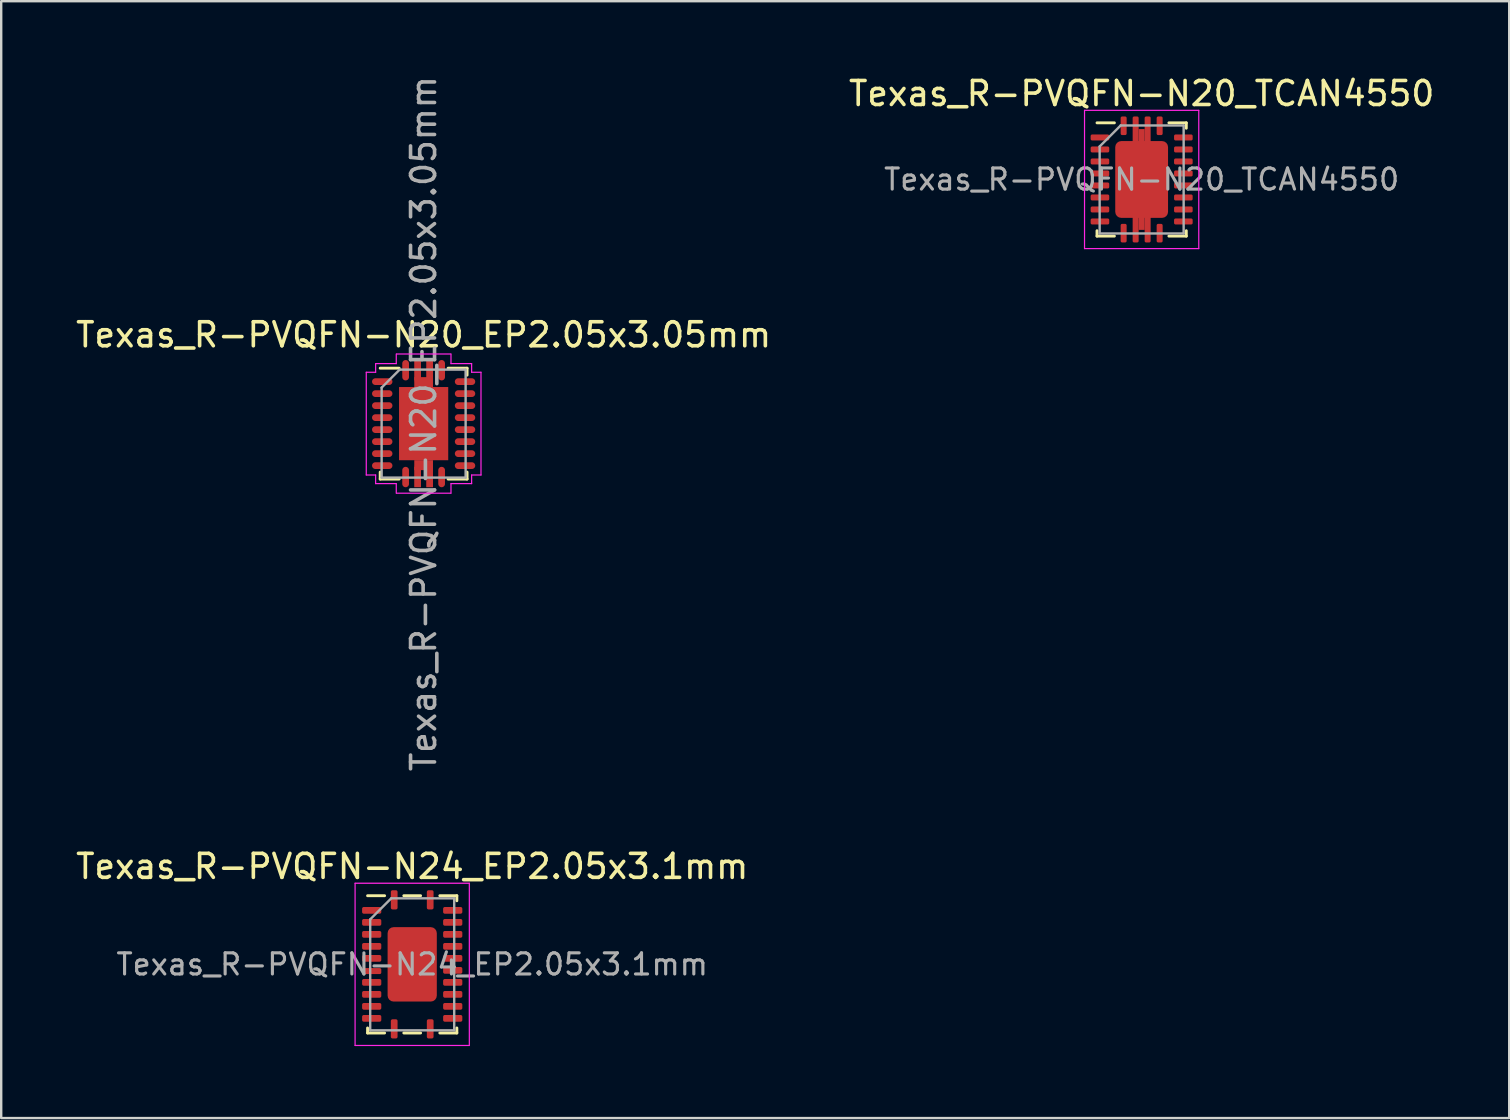
<source format=kicad_pcb>
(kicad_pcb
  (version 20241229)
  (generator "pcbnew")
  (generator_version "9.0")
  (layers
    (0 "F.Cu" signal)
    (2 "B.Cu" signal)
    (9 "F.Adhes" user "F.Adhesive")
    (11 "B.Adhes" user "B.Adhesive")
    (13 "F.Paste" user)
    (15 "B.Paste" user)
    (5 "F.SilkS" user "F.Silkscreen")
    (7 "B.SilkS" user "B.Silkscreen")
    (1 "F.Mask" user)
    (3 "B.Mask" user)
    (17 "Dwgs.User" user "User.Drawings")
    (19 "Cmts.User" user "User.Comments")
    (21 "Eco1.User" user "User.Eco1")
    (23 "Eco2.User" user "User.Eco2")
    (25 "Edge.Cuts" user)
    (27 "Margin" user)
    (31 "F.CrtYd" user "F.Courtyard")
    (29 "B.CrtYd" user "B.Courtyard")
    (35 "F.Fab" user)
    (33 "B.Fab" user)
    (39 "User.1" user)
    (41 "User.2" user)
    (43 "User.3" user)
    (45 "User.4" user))
  (footprint "Texas_R-PVQFN-N20_TCAN4550"
    (layer "F.Cu")
    (at 44.518 4.428)
    (property "Reference" "Texas_R-PVQFN-N20_TCAN4550" (at 0 -3.58 0) (layer "F.SilkS") (effects (font (size 1 1) (thickness 0.15))))
    (attr smd)
    (fp_line (start -1.86 2.36) (end -1.86 2.135) (stroke (width 0.12) (type solid)) (layer "F.SilkS"))
    (fp_line (start -1.135 -2.36) (end -1.86 -2.36) (stroke (width 0.12) (type solid)) (layer "F.SilkS"))
    (fp_line (start -1.135 2.36) (end -1.86 2.36) (stroke (width 0.12) (type solid)) (layer "F.SilkS"))
    (fp_line (start 1.135 -2.36) (end 1.86 -2.36) (stroke (width 0.12) (type solid)) (layer "F.SilkS"))
    (fp_line (start 1.135 2.36) (end 1.86 2.36) (stroke (width 0.12) (type solid)) (layer "F.SilkS"))
    (fp_line (start 1.86 -2.36) (end 1.86 -2.135) (stroke (width 0.12) (type solid)) (layer "F.SilkS"))
    (fp_line (start 1.86 2.36) (end 1.86 2.135) (stroke (width 0.12) (type solid)) (layer "F.SilkS"))
    (fp_line (start -2.38 -2.88) (end -2.38 2.88) (stroke (width 0.05) (type solid)) (layer "F.CrtYd"))
    (fp_line (start -2.38 2.88) (end 2.38 2.88) (stroke (width 0.05) (type solid)) (layer "F.CrtYd"))
    (fp_line (start 2.38 -2.88) (end -2.38 -2.88) (stroke (width 0.05) (type solid)) (layer "F.CrtYd"))
    (fp_line (start 2.38 2.88) (end 2.38 -2.88) (stroke (width 0.05) (type solid)) (layer "F.CrtYd"))
    (fp_line (start -1.75 -1.375) (end -0.875 -2.25) (stroke (width 0.1) (type solid)) (layer "F.Fab"))
    (fp_line (start -1.75 2.25) (end -1.75 -1.375) (stroke (width 0.1) (type solid)) (layer "F.Fab"))
    (fp_line (start -0.875 -2.25) (end 1.75 -2.25) (stroke (width 0.1) (type solid)) (layer "F.Fab"))
    (fp_line (start 1.75 -2.25) (end 1.75 2.25) (stroke (width 0.1) (type solid)) (layer "F.Fab"))
    (fp_line (start 1.75 2.25) (end -1.75 2.25) (stroke (width 0.1) (type solid)) (layer "F.Fab"))
    (fp_text user "${REFERENCE}" (at 0 0 0) (layer "F.Fab") (effects (font (size 0.88 0.88) (thickness 0.13))))
    (pad "" smd roundrect (at -0.73 -1.07) (size 0.59 0.86) (layers "F.Paste") (roundrect_rratio 0.25))
    (pad "" smd roundrect (at -0.73 0) (size 0.59 0.86) (layers "F.Paste") (roundrect_rratio 0.25))
    (pad "" smd roundrect (at -0.73 1.07) (size 0.59 0.86) (layers "F.Paste") (roundrect_rratio 0.25))
    (pad "" smd roundrect (at 0 -1.07) (size 0.59 0.86) (layers "F.Paste") (roundrect_rratio 0.25))
    (pad "" smd roundrect (at 0 0) (size 0.59 0.86) (layers "F.Paste") (roundrect_rratio 0.25))
    (pad "" smd roundrect (at 0 1.07) (size 0.59 0.86) (layers "F.Paste") (roundrect_rratio 0.25))
    (pad "" smd roundrect (at 0.73 -1.07) (size 0.59 0.86) (layers "F.Paste") (roundrect_rratio 0.25))
    (pad "" smd roundrect (at 0.73 0) (size 0.59 0.86) (layers "F.Paste") (roundrect_rratio 0.25))
    (pad "" smd roundrect (at 0.73 1.07) (size 0.59 0.86) (layers "F.Paste") (roundrect_rratio 0.25))
    (pad "1" smd roundrect (at -0.75 -2.237) (size 0.25 0.775) (layers "F.Cu" "F.Mask" "F.Paste") (roundrect_rratio 0.25))
    (pad "2" smd roundrect (at -1.738 -1.75) (size 0.775 0.25) (layers "F.Cu" "F.Mask" "F.Paste") (roundrect_rratio 0.25))
    (pad "3" smd roundrect (at -1.738 -1.25) (size 0.775 0.25) (layers "F.Cu" "F.Mask" "F.Paste") (roundrect_rratio 0.25))
    (pad "4" smd roundrect (at -1.738 -0.75) (size 0.775 0.25) (layers "F.Cu" "F.Mask" "F.Paste") (roundrect_rratio 0.25))
    (pad "5" smd roundrect (at -1.738 -0.25) (size 0.775 0.25) (layers "F.Cu" "F.Mask" "F.Paste") (roundrect_rratio 0.25))
    (pad "6" smd roundrect (at -1.738 0.25) (size 0.775 0.25) (layers "F.Cu" "F.Mask" "F.Paste") (roundrect_rratio 0.25))
    (pad "7" smd roundrect (at -1.738 0.75) (size 0.775 0.25) (layers "F.Cu" "F.Mask" "F.Paste") (roundrect_rratio 0.25))
    (pad "8" smd roundrect (at -1.738 1.25) (size 0.775 0.25) (layers "F.Cu" "F.Mask" "F.Paste") (roundrect_rratio 0.25))
    (pad "9" smd roundrect (at -1.738 1.75) (size 0.775 0.25) (layers "F.Cu" "F.Mask" "F.Paste") (roundrect_rratio 0.25))
    (pad "10" smd roundrect (at -0.75 2.237) (size 0.25 0.775) (layers "F.Cu" "F.Mask" "F.Paste") (roundrect_rratio 0.25))
    (pad "11" smd roundrect (at 0.75 2.237) (size 0.25 0.775) (layers "F.Cu" "F.Mask" "F.Paste") (roundrect_rratio 0.25))
    (pad "12" smd roundrect (at 1.738 1.75) (size 0.775 0.25) (layers "F.Cu" "F.Mask" "F.Paste") (roundrect_rratio 0.25))
    (pad "13" smd roundrect (at 1.738 1.25) (size 0.775 0.25) (layers "F.Cu" "F.Mask" "F.Paste") (roundrect_rratio 0.25))
    (pad "14" smd roundrect (at 1.738 0.75) (size 0.775 0.25) (layers "F.Cu" "F.Mask" "F.Paste") (roundrect_rratio 0.25))
    (pad "15" smd roundrect (at 1.738 0.25) (size 0.775 0.25) (layers "F.Cu" "F.Mask" "F.Paste") (roundrect_rratio 0.25))
    (pad "16" smd roundrect (at 1.738 -0.25) (size 0.775 0.25) (layers "F.Cu" "F.Mask" "F.Paste") (roundrect_rratio 0.25))
    (pad "17" smd roundrect (at 1.738 -0.75) (size 0.775 0.25) (layers "F.Cu" "F.Mask" "F.Paste") (roundrect_rratio 0.25))
    (pad "18" smd roundrect (at 1.738 -1.25) (size 0.775 0.25) (layers "F.Cu" "F.Mask" "F.Paste") (roundrect_rratio 0.25))
    (pad "19" smd roundrect (at 1.738 -1.75) (size 0.775 0.25) (layers "F.Cu" "F.Mask" "F.Paste") (roundrect_rratio 0.25))
    (pad "20" smd roundrect (at 0.75 -2.237) (size 0.25 0.775) (layers "F.Cu" "F.Mask" "F.Paste") (roundrect_rratio 0.25))
    (pad "21" smd roundrect (at -0.25 -2.05) (size 0.25 1.15) (layers "F.Cu" "F.Mask" "F.Paste") (roundrect_rratio 0.25))
    (pad "21" smd roundrect (at -0.25 2.05) (size 0.25 1.15) (layers "F.Cu" "F.Mask" "F.Paste") (roundrect_rratio 0.25))
    (pad "21" smd rect (at 0 0) (size 0.25 4.2) (layers "F.Cu" "F.Mask" "F.Paste"))
    (pad "21" smd roundrect (at 0 0) (size 2.2 3.2) (layers "F.Cu" "F.Mask") (roundrect_rratio 0.114))
    (pad "21" smd roundrect (at 0.25 -2.05) (size 0.25 1.15) (layers "F.Cu" "F.Mask" "F.Paste") (roundrect_rratio 0.25))
    (pad "21" smd roundrect (at 0.25 2.05) (size 0.25 1.15) (layers "F.Cu" "F.Mask" "F.Paste") (roundrect_rratio 0.25)))
  (footprint "Texas_R-PVQFN-N20_EP2.05x3.05mm"
    (layer "F.Cu")
    (at 14.601 14.601)
    (property "Reference" "Texas_R-PVQFN-N20_EP2.05x3.05mm" (at 0 -3.7 0) (layer "F.SilkS") (effects (font (size 1 1) (thickness 0.15))))
    (attr smd)
    (fp_line (start -1.81 -2.31) (end -1.02 -2.31) (stroke (width 0.12) (type solid)) (layer "F.SilkS"))
    (fp_line (start -1.81 2.31) (end -1.81 2.02) (stroke (width 0.12) (type solid)) (layer "F.SilkS"))
    (fp_line (start -1.81 2.31) (end -1.02 2.31) (stroke (width 0.12) (type solid)) (layer "F.SilkS"))
    (fp_line (start 1.81 -2.31) (end 1.02 -2.31) (stroke (width 0.12) (type solid)) (layer "F.SilkS"))
    (fp_line (start 1.81 -2.31) (end 1.81 -2.02) (stroke (width 0.12) (type solid)) (layer "F.SilkS"))
    (fp_line (start 1.81 2.31) (end 1.02 2.31) (stroke (width 0.12) (type solid)) (layer "F.SilkS"))
    (fp_line (start 1.81 2.31) (end 1.81 2.02) (stroke (width 0.12) (type solid)) (layer "F.SilkS"))
    (fp_line (start -2.39 -2.14) (end -2.39 2.14) (stroke (width 0.05) (type solid)) (layer "F.CrtYd"))
    (fp_line (start -2 -2.5) (end -2 -2.14) (stroke (width 0.05) (type solid)) (layer "F.CrtYd"))
    (fp_line (start -2 -2.14) (end -2.39 -2.14) (stroke (width 0.05) (type solid)) (layer "F.CrtYd"))
    (fp_line (start -2 2.14) (end -2.39 2.14) (stroke (width 0.05) (type solid)) (layer "F.CrtYd"))
    (fp_line (start -2 2.5) (end -2 2.14) (stroke (width 0.05) (type solid)) (layer "F.CrtYd"))
    (fp_line (start -1.14 -2.9) (end -1.14 -2.5) (stroke (width 0.05) (type solid)) (layer "F.CrtYd"))
    (fp_line (start -1.14 -2.5) (end -2 -2.5) (stroke (width 0.05) (type solid)) (layer "F.CrtYd"))
    (fp_line (start -1.14 2.5) (end -2 2.5) (stroke (width 0.05) (type solid)) (layer "F.CrtYd"))
    (fp_line (start -1.14 2.9) (end -1.14 2.5) (stroke (width 0.05) (type solid)) (layer "F.CrtYd"))
    (fp_line (start -1.13 -2.9) (end 1.13 -2.9) (stroke (width 0.05) (type solid)) (layer "F.CrtYd"))
    (fp_line (start -1.13 2.9) (end 1.13 2.9) (stroke (width 0.05) (type solid)) (layer "F.CrtYd"))
    (fp_line (start 1.14 -2.9) (end 1.14 -2.5) (stroke (width 0.05) (type solid)) (layer "F.CrtYd"))
    (fp_line (start 1.14 -2.5) (end 2 -2.5) (stroke (width 0.05) (type solid)) (layer "F.CrtYd"))
    (fp_line (start 1.14 2.5) (end 2 2.5) (stroke (width 0.05) (type solid)) (layer "F.CrtYd"))
    (fp_line (start 1.14 2.9) (end 1.14 2.5) (stroke (width 0.05) (type solid)) (layer "F.CrtYd"))
    (fp_line (start 2 -2.5) (end 2 -2.14) (stroke (width 0.05) (type solid)) (layer "F.CrtYd"))
    (fp_line (start 2 -2.14) (end 2.39 -2.14) (stroke (width 0.05) (type solid)) (layer "F.CrtYd"))
    (fp_line (start 2 2.14) (end 2.39 2.14) (stroke (width 0.05) (type solid)) (layer "F.CrtYd"))
    (fp_line (start 2 2.5) (end 2 2.14) (stroke (width 0.05) (type solid)) (layer "F.CrtYd"))
    (fp_line (start 2.39 -2.14) (end 2.39 2.14) (stroke (width 0.05) (type solid)) (layer "F.CrtYd"))
    (fp_line (start -1.75 -1.5) (end -1 -2.25) (stroke (width 0.1) (type solid)) (layer "F.Fab"))
    (fp_line (start -1.75 2.25) (end -1.75 -1.5) (stroke (width 0.1) (type solid)) (layer "F.Fab"))
    (fp_line (start -1 -2.25) (end 1.75 -2.25) (stroke (width 0.1) (type solid)) (layer "F.Fab"))
    (fp_line (start 1.75 -2.25) (end 1.75 2.25) (stroke (width 0.1) (type solid)) (layer "F.Fab"))
    (fp_line (start 1.75 2.25) (end -1.75 2.25) (stroke (width 0.1) (type solid)) (layer "F.Fab"))
    (fp_text user "${REFERENCE}" (at 0 0 90) (layer "F.Fab") (effects (font (size 1 1) (thickness 0.15))))
    (pad "" smd rect (at -0.56 -0.81) (size 0.82 1.32) (layers "F.Cu" "F.Paste"))
    (pad "" smd rect (at -0.56 0.81) (size 0.82 1.32) (layers "F.Cu" "F.Paste"))
    (pad "" smd rect (at -0.25 -2.175) (size 0.23 0.9) (layers "F.Cu" "F.Paste"))
    (pad "" smd rect (at -0.25 2.175) (size 0.23 0.9) (layers "F.Cu" "F.Paste"))
    (pad "" smd rect (at 0.25 -2.175) (size 0.23 0.9) (layers "F.Cu" "F.Paste"))
    (pad "" smd rect (at 0.25 2.175) (size 0.23 0.9) (layers "F.Cu" "F.Paste"))
    (pad "" smd rect (at 0.56 -0.81) (size 0.82 1.32) (layers "F.Cu" "F.Paste"))
    (pad "" smd rect (at 0.56 0.81) (size 0.82 1.32) (layers "F.Cu" "F.Paste"))
    (pad "1" smd oval (at -0.75 -2.225) (size 0.28 0.85) (layers "F.Cu" "F.Mask" "F.Paste"))
    (pad "2" smd oval (at -1.725 -1.75) (size 0.85 0.28) (layers "F.Cu" "F.Mask" "F.Paste"))
    (pad "3" smd oval (at -1.725 -1.25) (size 0.85 0.28) (layers "F.Cu" "F.Mask" "F.Paste"))
    (pad "4" smd oval (at -1.725 -0.75) (size 0.85 0.28) (layers "F.Cu" "F.Mask" "F.Paste"))
    (pad "5" smd oval (at -1.725 -0.25) (size 0.85 0.28) (layers "F.Cu" "F.Mask" "F.Paste"))
    (pad "6" smd oval (at -1.725 0.25) (size 0.85 0.28) (layers "F.Cu" "F.Mask" "F.Paste"))
    (pad "7" smd oval (at -1.725 0.75) (size 0.85 0.28) (layers "F.Cu" "F.Mask" "F.Paste"))
    (pad "8" smd oval (at -1.725 1.25) (size 0.85 0.28) (layers "F.Cu" "F.Mask" "F.Paste"))
    (pad "9" smd oval (at -1.725 1.75) (size 0.85 0.28) (layers "F.Cu" "F.Mask" "F.Paste"))
    (pad "10" smd oval (at -0.75 2.225) (size 0.28 0.85) (layers "F.Cu" "F.Mask" "F.Paste"))
    (pad "11" smd oval (at 0.75 2.225) (size 0.28 0.85) (layers "F.Cu" "F.Mask" "F.Paste"))
    (pad "12" smd oval (at 1.725 1.75) (size 0.85 0.28) (layers "F.Cu" "F.Mask" "F.Paste"))
    (pad "13" smd oval (at 1.725 1.25) (size 0.85 0.28) (layers "F.Cu" "F.Mask" "F.Paste"))
    (pad "14" smd oval (at 1.725 0.75) (size 0.85 0.28) (layers "F.Cu" "F.Mask" "F.Paste"))
    (pad "15" smd oval (at 1.725 0.25) (size 0.85 0.28) (layers "F.Cu" "F.Mask" "F.Paste"))
    (pad "16" smd oval (at 1.725 -0.25) (size 0.85 0.28) (layers "F.Cu" "F.Mask" "F.Paste"))
    (pad "17" smd oval (at 1.725 -0.75) (size 0.85 0.28) (layers "F.Cu" "F.Mask" "F.Paste"))
    (pad "18" smd oval (at 1.725 -1.25) (size 0.85 0.28) (layers "F.Cu" "F.Mask" "F.Paste"))
    (pad "19" smd oval (at 1.725 -1.75) (size 0.85 0.28) (layers "F.Cu" "F.Mask" "F.Paste"))
    (pad "20" smd oval (at 0.75 -2.225) (size 0.28 0.85) (layers "F.Cu" "F.Mask" "F.Paste"))
    (pad "21" smd rect (at -0.25 -2.225) (size 0.28 0.85) (layers "F.Cu" "F.Mask"))
    (pad "21" smd rect (at -0.25 2.225) (size 0.28 0.85) (layers "F.Cu" "F.Mask"))
    (pad "21" smd rect (at 0 -1.73) (size 0.78 0.415) (layers "F.Cu" "F.Mask"))
    (pad "21" smd rect (at 0 0) (size 2.05 3.05) (layers "F.Cu" "F.Mask"))
    (pad "21" smd rect (at 0 1.73) (size 0.78 0.415) (layers "F.Cu" "F.Mask"))
    (pad "21" smd rect (at 0.25 -2.225) (size 0.28 0.85) (layers "F.Cu" "F.Mask"))
    (pad "21" smd rect (at 0.25 2.225) (size 0.28 0.85) (layers "F.Cu" "F.Mask")))
  (footprint "Texas_R-PVQFN-N24_EP2.05x3.1mm"
    (layer "F.Cu")
    (at 14.125 37.131)
    (property "Reference" "Texas_R-PVQFN-N24_EP2.05x3.1mm" (at 0 -4.08 0) (layer "F.SilkS") (effects (font (size 1 1) (thickness 0.15))))
    (attr smd)
    (fp_line (start -1.86 2.86) (end -1.86 2.65) (stroke (width 0.12) (type solid)) (layer "F.SilkS"))
    (fp_line (start -1.15 -2.86) (end -1.86 -2.86) (stroke (width 0.12) (type solid)) (layer "F.SilkS"))
    (fp_line (start -1.15 2.86) (end -1.86 2.86) (stroke (width 0.12) (type solid)) (layer "F.SilkS"))
    (fp_line (start 0.35 -2.86) (end -0.35 -2.86) (stroke (width 0.12) (type solid)) (layer "F.SilkS"))
    (fp_line (start 0.35 2.86) (end -0.35 2.86) (stroke (width 0.12) (type solid)) (layer "F.SilkS"))
    (fp_line (start 1.15 -2.86) (end 1.86 -2.86) (stroke (width 0.12) (type solid)) (layer "F.SilkS"))
    (fp_line (start 1.15 2.86) (end 1.86 2.86) (stroke (width 0.12) (type solid)) (layer "F.SilkS"))
    (fp_line (start 1.86 -2.86) (end 1.86 -2.65) (stroke (width 0.12) (type solid)) (layer "F.SilkS"))
    (fp_line (start 1.86 2.86) (end 1.86 2.65) (stroke (width 0.12) (type solid)) (layer "F.SilkS"))
    (fp_line (start -2.38 -3.38) (end -2.38 3.38) (stroke (width 0.05) (type solid)) (layer "F.CrtYd"))
    (fp_line (start -2.38 3.38) (end 2.38 3.38) (stroke (width 0.05) (type solid)) (layer "F.CrtYd"))
    (fp_line (start 2.38 -3.38) (end -2.38 -3.38) (stroke (width 0.05) (type solid)) (layer "F.CrtYd"))
    (fp_line (start 2.38 3.38) (end 2.38 -3.38) (stroke (width 0.05) (type solid)) (layer "F.CrtYd"))
    (fp_line (start -1.75 -1.875) (end -0.875 -2.75) (stroke (width 0.1) (type solid)) (layer "F.Fab"))
    (fp_line (start -1.75 2.75) (end -1.75 -1.875) (stroke (width 0.1) (type solid)) (layer "F.Fab"))
    (fp_line (start -0.875 -2.75) (end 1.75 -2.75) (stroke (width 0.1) (type solid)) (layer "F.Fab"))
    (fp_line (start 1.75 -2.75) (end 1.75 2.75) (stroke (width 0.1) (type solid)) (layer "F.Fab"))
    (fp_line (start 1.75 2.75) (end -1.75 2.75) (stroke (width 0.1) (type solid)) (layer "F.Fab"))
    (fp_text user "${REFERENCE}" (at 0 0 0) (layer "F.Fab") (effects (font (size 0.88 0.88) (thickness 0.13))))
    (pad "" smd roundrect (at -0.51 -0.775) (size 0.83 1.25) (layers "F.Paste") (roundrect_rratio 0.25))
    (pad "" smd roundrect (at -0.51 0.775) (size 0.83 1.25) (layers "F.Paste") (roundrect_rratio 0.25))
    (pad "" smd roundrect (at 0.51 -0.775) (size 0.83 1.25) (layers "F.Paste") (roundrect_rratio 0.25))
    (pad "" smd roundrect (at 0.51 0.775) (size 0.83 1.25) (layers "F.Paste") (roundrect_rratio 0.25))
    (pad "1" smd roundrect (at -0.75 -2.688) (size 0.28 0.8) (layers "F.Cu" "F.Mask" "F.Paste") (roundrect_rratio 0.25))
    (pad "2" smd roundrect (at -1.688 -2.25) (size 0.8 0.28) (layers "F.Cu" "F.Mask" "F.Paste") (roundrect_rratio 0.25))
    (pad "3" smd roundrect (at -1.688 -1.75) (size 0.8 0.28) (layers "F.Cu" "F.Mask" "F.Paste") (roundrect_rratio 0.25))
    (pad "4" smd roundrect (at -1.688 -1.25) (size 0.8 0.28) (layers "F.Cu" "F.Mask" "F.Paste") (roundrect_rratio 0.25))
    (pad "5" smd roundrect (at -1.688 -0.75) (size 0.8 0.28) (layers "F.Cu" "F.Mask" "F.Paste") (roundrect_rratio 0.25))
    (pad "6" smd roundrect (at -1.688 -0.25) (size 0.8 0.28) (layers "F.Cu" "F.Mask" "F.Paste") (roundrect_rratio 0.25))
    (pad "7" smd roundrect (at -1.688 0.28) (size 0.8 0.25) (layers "F.Cu" "F.Mask" "F.Paste") (roundrect_rratio 0.25))
    (pad "8" smd roundrect (at -1.688 0.75) (size 0.8 0.28) (layers "F.Cu" "F.Mask" "F.Paste") (roundrect_rratio 0.25))
    (pad "9" smd roundrect (at -1.688 1.25) (size 0.8 0.28) (layers "F.Cu" "F.Mask" "F.Paste") (roundrect_rratio 0.25))
    (pad "10" smd roundrect (at -1.688 1.75) (size 0.8 0.28) (layers "F.Cu" "F.Mask" "F.Paste") (roundrect_rratio 0.25))
    (pad "11" smd roundrect (at -1.688 2.25) (size 0.8 0.28) (layers "F.Cu" "F.Mask" "F.Paste") (roundrect_rratio 0.25))
    (pad "12" smd roundrect (at -0.75 2.688) (size 0.28 0.8) (layers "F.Cu" "F.Mask" "F.Paste") (roundrect_rratio 0.25))
    (pad "13" smd roundrect (at 0.75 2.688) (size 0.28 0.8) (layers "F.Cu" "F.Mask" "F.Paste") (roundrect_rratio 0.25))
    (pad "14" smd roundrect (at 1.688 2.25) (size 0.8 0.28) (layers "F.Cu" "F.Mask" "F.Paste") (roundrect_rratio 0.25))
    (pad "15" smd roundrect (at 1.688 1.75) (size 0.8 0.28) (layers "F.Cu" "F.Mask" "F.Paste") (roundrect_rratio 0.25))
    (pad "16" smd roundrect (at 1.688 1.25) (size 0.8 0.28) (layers "F.Cu" "F.Mask" "F.Paste") (roundrect_rratio 0.25))
    (pad "17" smd roundrect (at 1.688 0.75) (size 0.8 0.28) (layers "F.Cu" "F.Mask" "F.Paste") (roundrect_rratio 0.25))
    (pad "18" smd roundrect (at 1.688 0.25) (size 0.8 0.28) (layers "F.Cu" "F.Mask" "F.Paste") (roundrect_rratio 0.25))
    (pad "19" smd roundrect (at 1.688 -0.25) (size 0.8 0.28) (layers "F.Cu" "F.Mask" "F.Paste") (roundrect_rratio 0.25))
    (pad "20" smd roundrect (at 1.688 -0.75) (size 0.8 0.28) (layers "F.Cu" "F.Mask" "F.Paste") (roundrect_rratio 0.25))
    (pad "21" smd roundrect (at 1.688 -1.25) (size 0.8 0.28) (layers "F.Cu" "F.Mask" "F.Paste") (roundrect_rratio 0.25))
    (pad "22" smd roundrect (at 1.688 -1.75) (size 0.8 0.28) (layers "F.Cu" "F.Mask" "F.Paste") (roundrect_rratio 0.25))
    (pad "23" smd roundrect (at 1.688 -2.25) (size 0.8 0.28) (layers "F.Cu" "F.Mask" "F.Paste") (roundrect_rratio 0.25))
    (pad "24" smd roundrect (at 0.75 -2.688) (size 0.28 0.8) (layers "F.Cu" "F.Mask" "F.Paste") (roundrect_rratio 0.25))
    (pad "25" smd roundrect (at 0 0) (size 2.05 3.1) (layers "F.Cu" "F.Mask") (roundrect_rratio 0.122)))
  (gr_rect
    (start -3 -3)
    (end 59.833 43.536)
    (stroke (width 0.1) (type default))
    (fill no)
    (layer "Edge.Cuts")))
</source>
